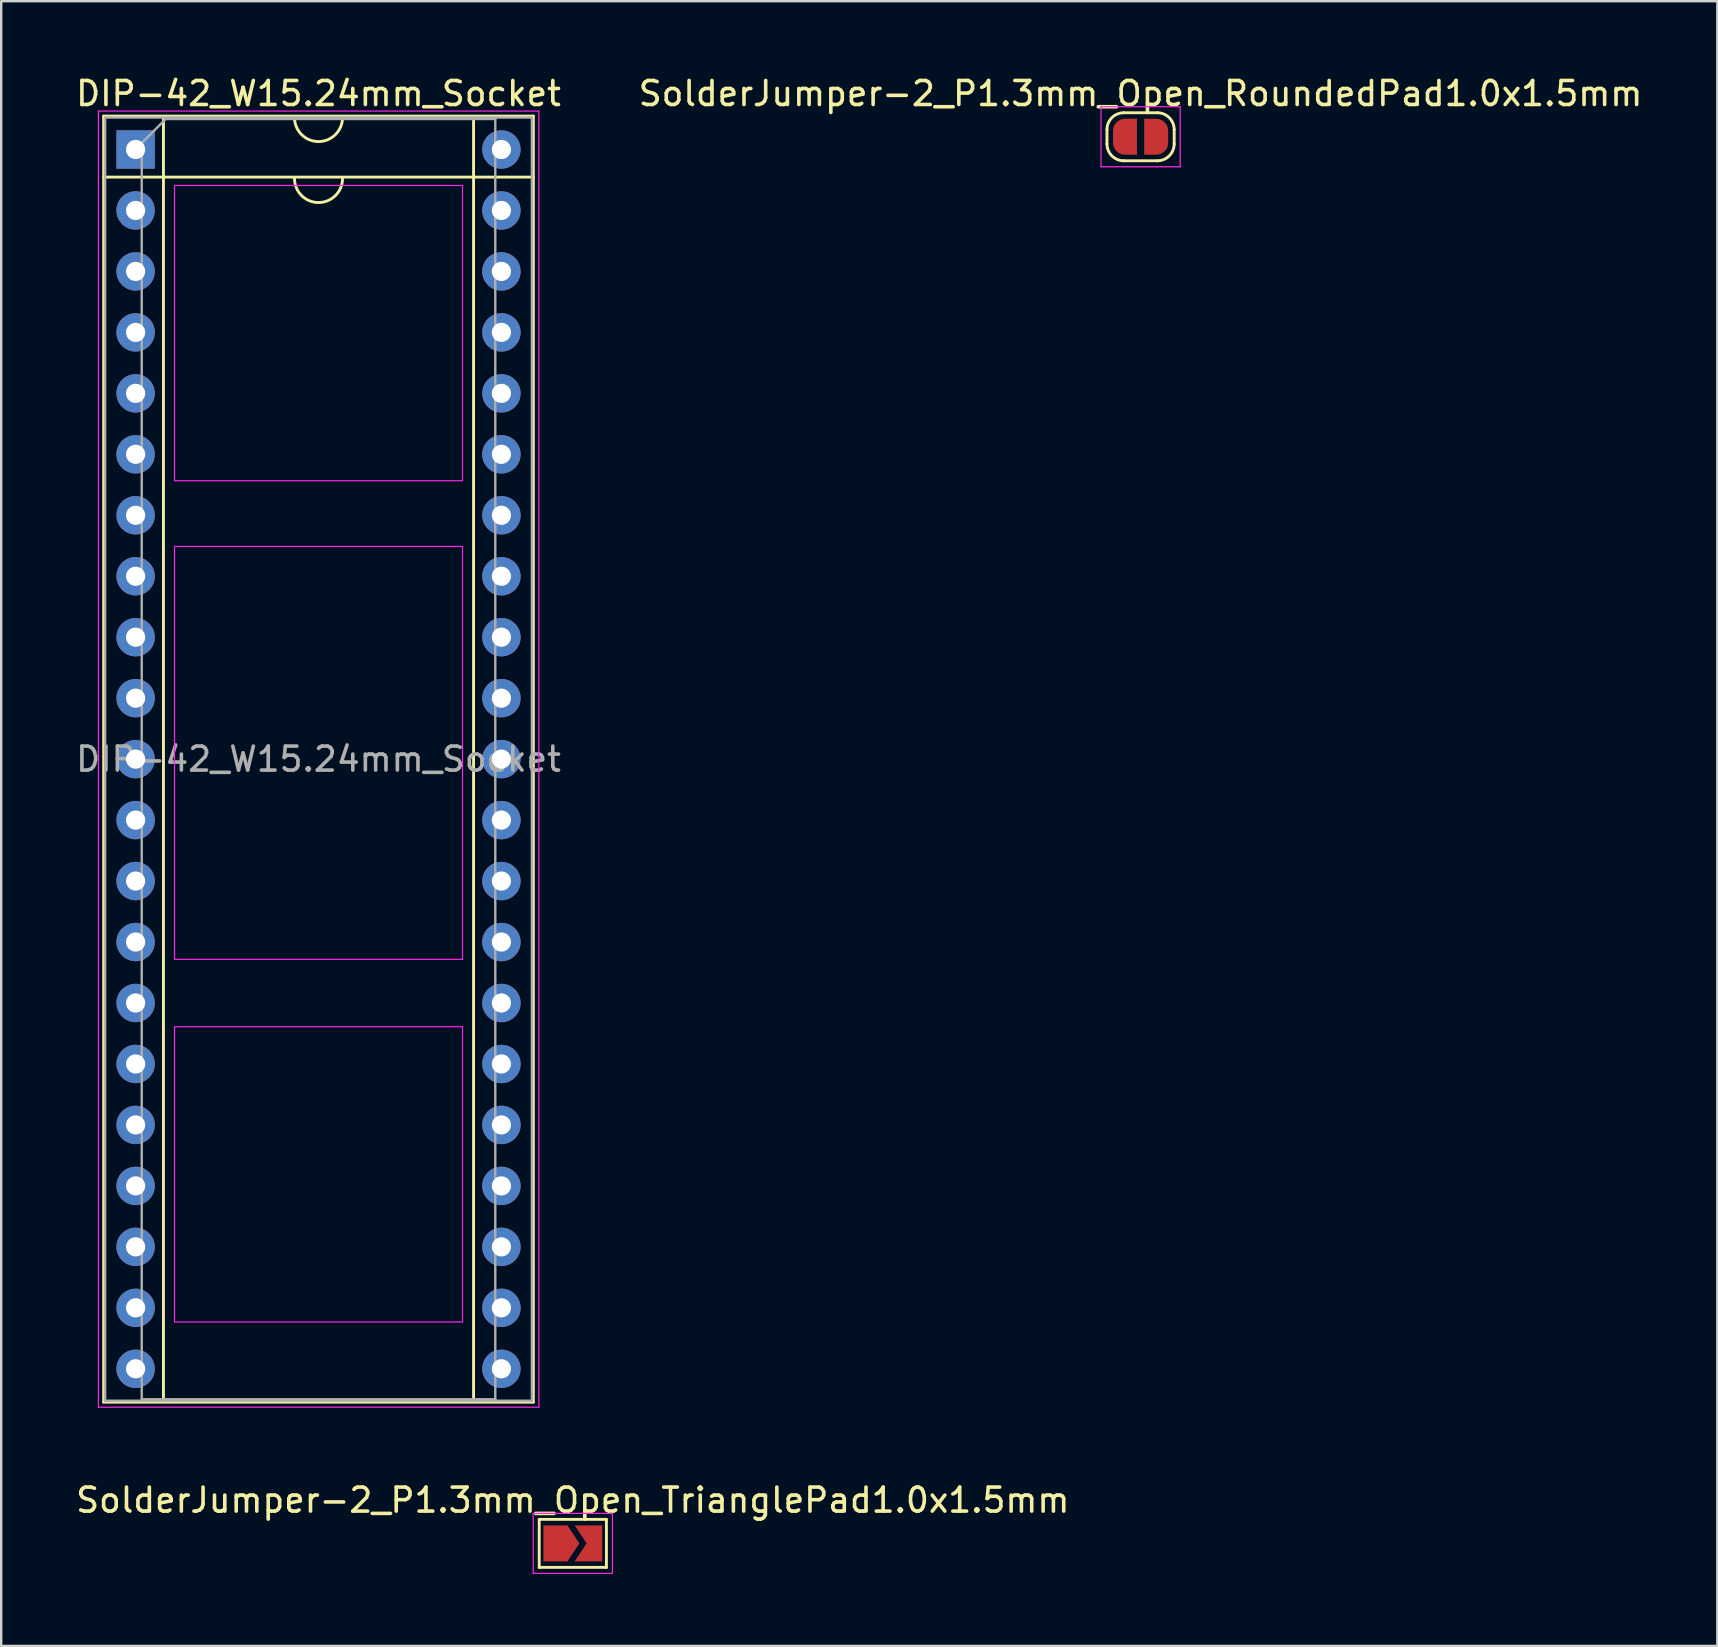
<source format=kicad_pcb>
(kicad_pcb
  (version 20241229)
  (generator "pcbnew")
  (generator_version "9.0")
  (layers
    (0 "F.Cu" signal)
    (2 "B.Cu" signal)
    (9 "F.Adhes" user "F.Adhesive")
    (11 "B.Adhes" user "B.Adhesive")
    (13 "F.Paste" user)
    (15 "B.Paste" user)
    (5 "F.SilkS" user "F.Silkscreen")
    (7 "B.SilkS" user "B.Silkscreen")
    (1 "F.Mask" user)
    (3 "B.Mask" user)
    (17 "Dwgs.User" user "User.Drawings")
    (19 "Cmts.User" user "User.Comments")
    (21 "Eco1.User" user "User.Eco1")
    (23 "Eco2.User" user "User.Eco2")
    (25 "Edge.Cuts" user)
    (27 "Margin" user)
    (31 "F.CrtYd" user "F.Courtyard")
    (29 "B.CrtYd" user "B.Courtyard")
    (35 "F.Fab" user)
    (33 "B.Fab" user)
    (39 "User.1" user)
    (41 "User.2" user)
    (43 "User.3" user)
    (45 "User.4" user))
  (footprint "SolderJumper-2_P1.3mm_Open_RoundedPad1.0x1.5mm"
    (layer "F.Cu")
    (at 44.47 2.648)
    (property "Reference" "SolderJumper-2_P1.3mm_Open_RoundedPad1.0x1.5mm" (at 0 -1.8 0) (layer "F.SilkS") (effects (font (size 1 1) (thickness 0.15))))
    (attr exclude_from_pos_files exclude_from_bom allow_soldermask_bridges)
    (fp_line (start -1.4 0.3) (end -1.4 -0.3) (stroke (width 0.12) (type solid)) (layer "F.SilkS"))
    (fp_line (start -0.7 -1) (end 0.7 -1) (stroke (width 0.12) (type solid)) (layer "F.SilkS"))
    (fp_line (start 0.7 1) (end -0.7 1) (stroke (width 0.12) (type solid)) (layer "F.SilkS"))
    (fp_line (start 1.4 -0.3) (end 1.4 0.3) (stroke (width 0.12) (type solid)) (layer "F.SilkS"))
    (fp_arc (start -1.4 -0.3) (mid -1.194975 -0.794975) (end -0.7 -1) (stroke (width 0.12) (type solid)) (layer "F.SilkS"))
    (fp_arc (start -0.7 1) (mid -1.194975 0.794975) (end -1.4 0.3) (stroke (width 0.12) (type solid)) (layer "F.SilkS"))
    (fp_arc (start 0.7 -1) (mid 1.194975 -0.794975) (end 1.4 -0.3) (stroke (width 0.12) (type solid)) (layer "F.SilkS"))
    (fp_arc (start 1.4 0.3) (mid 1.194975 0.794975) (end 0.7 1) (stroke (width 0.12) (type solid)) (layer "F.SilkS"))
    (fp_line (start -1.65 -1.25) (end -1.65 1.25) (stroke (width 0.05) (type solid)) (layer "F.CrtYd"))
    (fp_line (start -1.65 -1.25) (end 1.65 -1.25) (stroke (width 0.05) (type solid)) (layer "F.CrtYd"))
    (fp_line (start 1.65 1.25) (end -1.65 1.25) (stroke (width 0.05) (type solid)) (layer "F.CrtYd"))
    (fp_line (start 1.65 1.25) (end 1.65 -1.25) (stroke (width 0.05) (type solid)) (layer "F.CrtYd"))
    (pad "1" smd custom (at -0.65 0) (size 1 0.5) (layers "F.Cu" "F.Mask") (options (anchor rect)) (primitives (gr_circle (center 0 0.25) (end 0.5 0.25) (width 0) (fill yes)) (gr_circle (center 0 -0.25) (end 0.5 -0.25) (width 0) (fill yes)) (gr_poly (pts (xy 0.5 0.75) (xy 0 0.75) (xy 0 -0.75) (xy 0.5 -0.75)) (width 0) (fill yes))))
    (pad "2" smd custom (at 0.65 0) (size 1 0.5) (layers "F.Cu" "F.Mask") (options (anchor rect)) (primitives (gr_circle (center 0 0.25) (end 0.5 0.25) (width 0) (fill yes)) (gr_circle (center 0 -0.25) (end 0.5 -0.25) (width 0) (fill yes)) (gr_poly (pts (xy 0 0.75) (xy -0.5 0.75) (xy -0.5 -0.75) (xy 0 -0.75)) (width 0) (fill yes)))))
  (footprint "SolderJumper-2_P1.3mm_Open_TrianglePad1.0x1.5mm"
    (layer "F.Cu")
    (at 20.815 61.252)
    (property "Reference" "SolderJumper-2_P1.3mm_Open_TrianglePad1.0x1.5mm" (at 0 -1.8 0) (layer "F.SilkS") (effects (font (size 1 1) (thickness 0.15))))
    (attr exclude_from_pos_files exclude_from_bom allow_soldermask_bridges)
    (fp_line (start -1.4 -1) (end 1.4 -1) (stroke (width 0.12) (type solid)) (layer "F.SilkS"))
    (fp_line (start -1.4 1) (end -1.4 -1) (stroke (width 0.12) (type solid)) (layer "F.SilkS"))
    (fp_line (start 1.4 -1) (end 1.4 1) (stroke (width 0.12) (type solid)) (layer "F.SilkS"))
    (fp_line (start 1.4 1) (end -1.4 1) (stroke (width 0.12) (type solid)) (layer "F.SilkS"))
    (fp_line (start -1.65 -1.25) (end -1.65 1.25) (stroke (width 0.05) (type solid)) (layer "F.CrtYd"))
    (fp_line (start -1.65 -1.25) (end 1.65 -1.25) (stroke (width 0.05) (type solid)) (layer "F.CrtYd"))
    (fp_line (start 1.65 1.25) (end -1.65 1.25) (stroke (width 0.05) (type solid)) (layer "F.CrtYd"))
    (fp_line (start 1.65 1.25) (end 1.65 -1.25) (stroke (width 0.05) (type solid)) (layer "F.CrtYd"))
    (pad "1" smd custom (at -0.725 0) (size 0.3 0.3) (layers "F.Cu" "F.Mask") (options (anchor rect)) (primitives (gr_poly (pts (xy 1 0) (xy 0.5 0.75) (xy -0.5 0.75) (xy -0.5 -0.75) (xy 0.5 -0.75)) (width 0) (fill yes))))
    (pad "2" smd custom (at 0.725 0) (size 0.3 0.3) (layers "F.Cu" "F.Mask") (options (anchor rect)) (primitives (gr_poly (pts (xy 0.5 0.75) (xy -0.65 0.75) (xy -0.15 0) (xy -0.65 -0.75) (xy 0.5 -0.75)) (width 0) (fill yes)))))
  (footprint "DIP-42_W15.24mm_Socket"
    (layer "F.Cu")
    (at 2.6 3.178)
    (property "Reference" "DIP-42_W15.24mm_Socket" (at 7.62 -2.33 0) (layer "F.SilkS") (effects (font (size 1 1) (thickness 0.15))))
    (attr through_hole)
    (fp_line (start -1.33 -1.39) (end -1.33 52.19) (stroke (width 0.12) (type solid)) (layer "F.SilkS"))
    (fp_line (start -1.33 52.19) (end 16.57 52.19) (stroke (width 0.12) (type solid)) (layer "F.SilkS"))
    (fp_line (start 1.16 -1.33) (end 1.16 52.13) (stroke (width 0.12) (type solid)) (layer "F.SilkS"))
    (fp_line (start 1.16 52.13) (end 14.08 52.13) (stroke (width 0.12) (type solid)) (layer "F.SilkS"))
    (fp_line (start 6.62 -1.33) (end 1.16 -1.33) (stroke (width 0.12) (type solid)) (layer "F.SilkS"))
    (fp_line (start 14.08 -1.33) (end 8.62 -1.33) (stroke (width 0.12) (type solid)) (layer "F.SilkS"))
    (fp_line (start 14.08 52.13) (end 14.08 -1.33) (stroke (width 0.12) (type solid)) (layer "F.SilkS"))
    (fp_line (start 16.57 -1.39) (end -1.33 -1.39) (stroke (width 0.12) (type solid)) (layer "F.SilkS"))
    (fp_line (start 16.57 1.15) (end -1.33 1.15) (stroke (width 0.12) (type solid)) (layer "F.SilkS"))
    (fp_line (start 16.57 52.19) (end 16.57 -1.39) (stroke (width 0.12) (type solid)) (layer "F.SilkS"))
    (fp_arc (start 8.62 -1.33) (mid 7.62 -0.33) (end 6.62 -1.33) (stroke (width 0.12) (type solid)) (layer "F.SilkS"))
    (fp_arc (start 8.62 1.21) (mid 7.62 2.21) (end 6.62 1.21) (stroke (width 0.12) (type solid)) (layer "F.SilkS"))
    (fp_line (start -1.55 -1.6) (end -1.55 52.4) (stroke (width 0.05) (type solid)) (layer "F.CrtYd"))
    (fp_line (start -1.55 52.4) (end 16.8 52.4) (stroke (width 0.05) (type solid)) (layer "F.CrtYd"))
    (fp_line (start 16.8 -1.6) (end -1.55 -1.6) (stroke (width 0.05) (type solid)) (layer "F.CrtYd"))
    (fp_line (start 16.8 52.4) (end 16.8 -1.6) (stroke (width 0.05) (type solid)) (layer "F.CrtYd"))
    (fp_rect (start 1.62 13.8) (end 13.62 1.5) (stroke (width 0.05) (type default)) (fill no) (layer "F.CrtYd"))
    (fp_rect (start 1.62 33.74) (end 13.62 16.54) (stroke (width 0.05) (type default)) (fill no) (layer "F.CrtYd"))
    (fp_rect (start 1.62 48.85) (end 13.62 36.55) (stroke (width 0.05) (type default)) (fill no) (layer "F.CrtYd"))
    (fp_line (start -1.27 -1.33) (end -1.27 52.13) (stroke (width 0.1) (type solid)) (layer "F.Fab"))
    (fp_line (start -1.27 52.13) (end 16.51 52.13) (stroke (width 0.1) (type solid)) (layer "F.Fab"))
    (fp_line (start 0.255 -0.27) (end 1.255 -1.27) (stroke (width 0.1) (type solid)) (layer "F.Fab"))
    (fp_line (start 0.255 52.07) (end 0.255 -0.27) (stroke (width 0.1) (type solid)) (layer "F.Fab"))
    (fp_line (start 1.255 -1.27) (end 14.985 -1.27) (stroke (width 0.1) (type solid)) (layer "F.Fab"))
    (fp_line (start 14.985 -1.27) (end 14.985 52.07) (stroke (width 0.1) (type solid)) (layer "F.Fab"))
    (fp_line (start 14.985 52.07) (end 0.255 52.07) (stroke (width 0.1) (type solid)) (layer "F.Fab"))
    (fp_line (start 16.51 -1.33) (end -1.27 -1.33) (stroke (width 0.1) (type solid)) (layer "F.Fab"))
    (fp_line (start 16.51 52.13) (end 16.51 -1.33) (stroke (width 0.1) (type solid)) (layer "F.Fab"))
    (fp_text user "${REFERENCE}" (at 7.62 25.4 0) (layer "F.Fab") (effects (font (size 1 1) (thickness 0.15))))
    (pad "1" thru_hole rect (at 0 0) (size 1.6 1.6) (drill 0.8) (layers "*.Cu" "*.Mask"))
    (pad "2" thru_hole oval (at 0 2.54) (size 1.6 1.6) (drill 0.8) (layers "*.Cu" "*.Mask"))
    (pad "3" thru_hole oval (at 0 5.08) (size 1.6 1.6) (drill 0.8) (layers "*.Cu" "*.Mask"))
    (pad "4" thru_hole oval (at 0 7.62) (size 1.6 1.6) (drill 0.8) (layers "*.Cu" "*.Mask"))
    (pad "5" thru_hole oval (at 0 10.16) (size 1.6 1.6) (drill 0.8) (layers "*.Cu" "*.Mask"))
    (pad "6" thru_hole oval (at 0 12.7) (size 1.6 1.6) (drill 0.8) (layers "*.Cu" "*.Mask"))
    (pad "7" thru_hole oval (at 0 15.24) (size 1.6 1.6) (drill 0.8) (layers "*.Cu" "*.Mask"))
    (pad "8" thru_hole oval (at 0 17.78) (size 1.6 1.6) (drill 0.8) (layers "*.Cu" "*.Mask"))
    (pad "9" thru_hole oval (at 0 20.32) (size 1.6 1.6) (drill 0.8) (layers "*.Cu" "*.Mask"))
    (pad "10" thru_hole oval (at 0 22.86) (size 1.6 1.6) (drill 0.8) (layers "*.Cu" "*.Mask"))
    (pad "11" thru_hole oval (at 0 25.4) (size 1.6 1.6) (drill 0.8) (layers "*.Cu" "*.Mask"))
    (pad "12" thru_hole oval (at 0 27.94) (size 1.6 1.6) (drill 0.8) (layers "*.Cu" "*.Mask"))
    (pad "13" thru_hole oval (at 0 30.48) (size 1.6 1.6) (drill 0.8) (layers "*.Cu" "*.Mask"))
    (pad "14" thru_hole oval (at 0 33.02) (size 1.6 1.6) (drill 0.8) (layers "*.Cu" "*.Mask"))
    (pad "15" thru_hole oval (at 0 35.56) (size 1.6 1.6) (drill 0.8) (layers "*.Cu" "*.Mask"))
    (pad "16" thru_hole oval (at 0 38.1) (size 1.6 1.6) (drill 0.8) (layers "*.Cu" "*.Mask"))
    (pad "17" thru_hole oval (at 0 40.64) (size 1.6 1.6) (drill 0.8) (layers "*.Cu" "*.Mask"))
    (pad "18" thru_hole oval (at 0 43.18) (size 1.6 1.6) (drill 0.8) (layers "*.Cu" "*.Mask"))
    (pad "19" thru_hole oval (at 0 45.72) (size 1.6 1.6) (drill 0.8) (layers "*.Cu" "*.Mask"))
    (pad "20" thru_hole oval (at 0 48.26) (size 1.6 1.6) (drill 0.8) (layers "*.Cu" "*.Mask"))
    (pad "21" thru_hole oval (at 0 50.8) (size 1.6 1.6) (drill 0.8) (layers "*.Cu" "*.Mask"))
    (pad "22" thru_hole oval (at 15.24 50.8) (size 1.6 1.6) (drill 0.8) (layers "*.Cu" "*.Mask"))
    (pad "23" thru_hole oval (at 15.24 48.26) (size 1.6 1.6) (drill 0.8) (layers "*.Cu" "*.Mask"))
    (pad "24" thru_hole oval (at 15.24 45.72) (size 1.6 1.6) (drill 0.8) (layers "*.Cu" "*.Mask"))
    (pad "25" thru_hole oval (at 15.24 43.18) (size 1.6 1.6) (drill 0.8) (layers "*.Cu" "*.Mask"))
    (pad "26" thru_hole oval (at 15.24 40.64) (size 1.6 1.6) (drill 0.8) (layers "*.Cu" "*.Mask"))
    (pad "27" thru_hole oval (at 15.24 38.1) (size 1.6 1.6) (drill 0.8) (layers "*.Cu" "*.Mask"))
    (pad "28" thru_hole oval (at 15.24 35.56) (size 1.6 1.6) (drill 0.8) (layers "*.Cu" "*.Mask"))
    (pad "29" thru_hole oval (at 15.24 33.02) (size 1.6 1.6) (drill 0.8) (layers "*.Cu" "*.Mask"))
    (pad "30" thru_hole oval (at 15.24 30.48) (size 1.6 1.6) (drill 0.8) (layers "*.Cu" "*.Mask"))
    (pad "31" thru_hole oval (at 15.24 27.94) (size 1.6 1.6) (drill 0.8) (layers "*.Cu" "*.Mask"))
    (pad "32" thru_hole oval (at 15.24 25.4) (size 1.6 1.6) (drill 0.8) (layers "*.Cu" "*.Mask"))
    (pad "33" thru_hole oval (at 15.24 22.86) (size 1.6 1.6) (drill 0.8) (layers "*.Cu" "*.Mask"))
    (pad "34" thru_hole oval (at 15.24 20.32) (size 1.6 1.6) (drill 0.8) (layers "*.Cu" "*.Mask"))
    (pad "35" thru_hole oval (at 15.24 17.78) (size 1.6 1.6) (drill 0.8) (layers "*.Cu" "*.Mask"))
    (pad "36" thru_hole oval (at 15.24 15.24) (size 1.6 1.6) (drill 0.8) (layers "*.Cu" "*.Mask"))
    (pad "37" thru_hole oval (at 15.24 12.7) (size 1.6 1.6) (drill 0.8) (layers "*.Cu" "*.Mask"))
    (pad "38" thru_hole oval (at 15.24 10.16) (size 1.6 1.6) (drill 0.8) (layers "*.Cu" "*.Mask"))
    (pad "39" thru_hole oval (at 15.24 7.62) (size 1.6 1.6) (drill 0.8) (layers "*.Cu" "*.Mask"))
    (pad "40" thru_hole oval (at 15.24 5.08) (size 1.6 1.6) (drill 0.8) (layers "*.Cu" "*.Mask"))
    (pad "41" thru_hole oval (at 15.24 2.54) (size 1.6 1.6) (drill 0.8) (layers "*.Cu" "*.Mask"))
    (pad "42" thru_hole oval (at 15.24 0) (size 1.6 1.6) (drill 0.8) (layers "*.Cu" "*.Mask")))
  (gr_rect
    (start -3 -3)
    (end 68.5 65.526)
    (stroke (width 0.1) (type default))
    (fill no)
    (layer "Edge.Cuts")))
</source>
